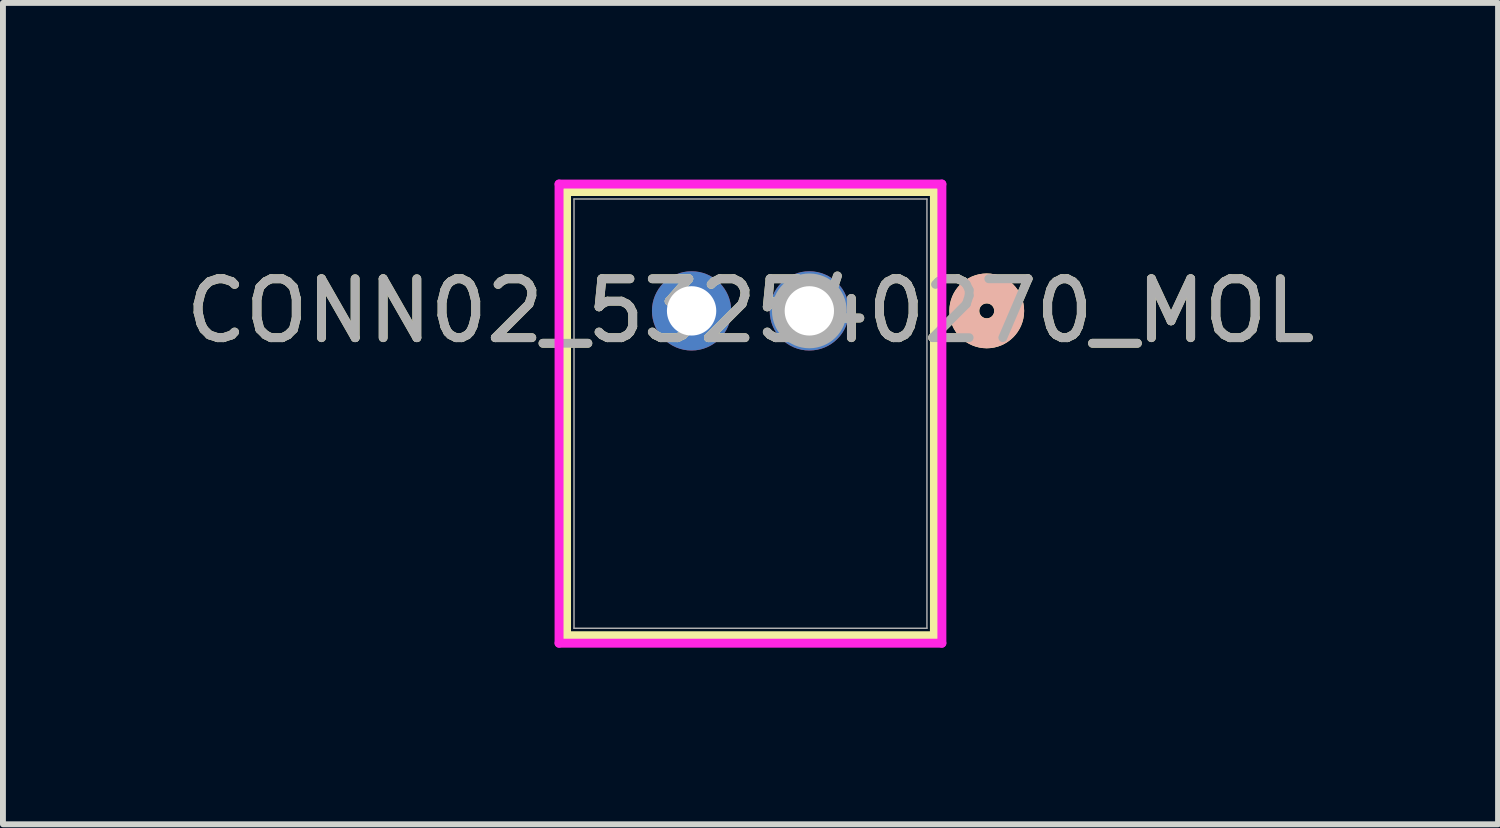
<source format=kicad_pcb>
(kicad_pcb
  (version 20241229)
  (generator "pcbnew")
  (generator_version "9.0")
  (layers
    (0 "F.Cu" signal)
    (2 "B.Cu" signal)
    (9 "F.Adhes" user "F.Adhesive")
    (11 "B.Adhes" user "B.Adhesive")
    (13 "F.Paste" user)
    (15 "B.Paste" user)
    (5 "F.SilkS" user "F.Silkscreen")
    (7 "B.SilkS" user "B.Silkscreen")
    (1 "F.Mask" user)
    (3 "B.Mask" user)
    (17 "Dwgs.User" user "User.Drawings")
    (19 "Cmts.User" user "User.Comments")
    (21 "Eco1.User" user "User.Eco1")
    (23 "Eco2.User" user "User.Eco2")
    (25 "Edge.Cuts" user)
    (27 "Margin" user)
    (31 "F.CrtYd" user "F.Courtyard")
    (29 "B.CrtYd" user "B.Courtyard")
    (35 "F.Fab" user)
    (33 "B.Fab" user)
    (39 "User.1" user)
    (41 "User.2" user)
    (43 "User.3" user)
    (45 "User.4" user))
  (footprint "CONN02_532540270_MOL"
    (layer "F.Cu")
    (at 10.696 2.23)
    (property "Reference" "CONN02_532540270_MOL" (at -1 0 0) (unlocked yes) (layer "F.SilkS") (effects (font (size 1 1) (thickness 0.15))))
    (attr through_hole)
    (fp_line (start -4.124 -2.027) (end -4.124 5.517) (stroke (width 0.152) (type solid)) (layer "F.SilkS"))
    (fp_line (start -4.124 5.517) (end 2.124 5.517) (stroke (width 0.152) (type solid)) (layer "F.SilkS"))
    (fp_line (start 2.124 -2.027) (end -4.124 -2.027) (stroke (width 0.152) (type solid)) (layer "F.SilkS"))
    (fp_line (start 2.124 5.517) (end 2.124 -2.027) (stroke (width 0.152) (type solid)) (layer "F.SilkS"))
    (fp_circle (center 3.013 0) (end 3.394 0) (stroke (width 0.508) (type solid)) (fill no) (layer "F.SilkS"))
    (fp_circle (center 3.013 0) (end 3.394 0) (stroke (width 0.508) (type solid)) (fill no) (layer "B.SilkS"))
    (fp_line (start -4.251 -2.154) (end -4.251 5.644) (stroke (width 0.152) (type solid)) (layer "F.CrtYd"))
    (fp_line (start -4.251 5.644) (end 2.251 5.644) (stroke (width 0.152) (type solid)) (layer "F.CrtYd"))
    (fp_line (start 2.251 -2.154) (end -4.251 -2.154) (stroke (width 0.152) (type solid)) (layer "F.CrtYd"))
    (fp_line (start 2.251 5.644) (end 2.251 -2.154) (stroke (width 0.152) (type solid)) (layer "F.CrtYd"))
    (fp_line (start -3.997 -1.9) (end -3.997 5.39) (stroke (width 0.025) (type solid)) (layer "F.Fab"))
    (fp_line (start -3.997 5.39) (end 1.997 5.39) (stroke (width 0.025) (type solid)) (layer "F.Fab"))
    (fp_line (start 1.997 -1.9) (end -3.997 -1.9) (stroke (width 0.025) (type solid)) (layer "F.Fab"))
    (fp_line (start 1.997 5.39) (end 1.997 -1.9) (stroke (width 0.025) (type solid)) (layer "F.Fab"))
    (fp_circle (center 0 0) (end 0.381 0) (stroke (width 0.508) (type solid)) (fill no) (layer "F.Fab"))
    (fp_text user "${REFERENCE}" (at -1 0 0) (unlocked yes) (layer "F.Fab") (effects (font (size 1 1) (thickness 0.15))))
    (pad "1" thru_hole circle (at 0 0) (size 1.346 1.346) (drill 0.838) (layers "*.Cu" "*.Mask"))
    (pad "2" thru_hole circle (at -2 0) (size 1.346 1.346) (drill 0.838) (layers "*.Cu" "*.Mask")))
  (gr_rect
    (start -3 -3)
    (end 22.393 10.95)
    (stroke (width 0.1) (type default))
    (fill no)
    (layer "Edge.Cuts")))
</source>
